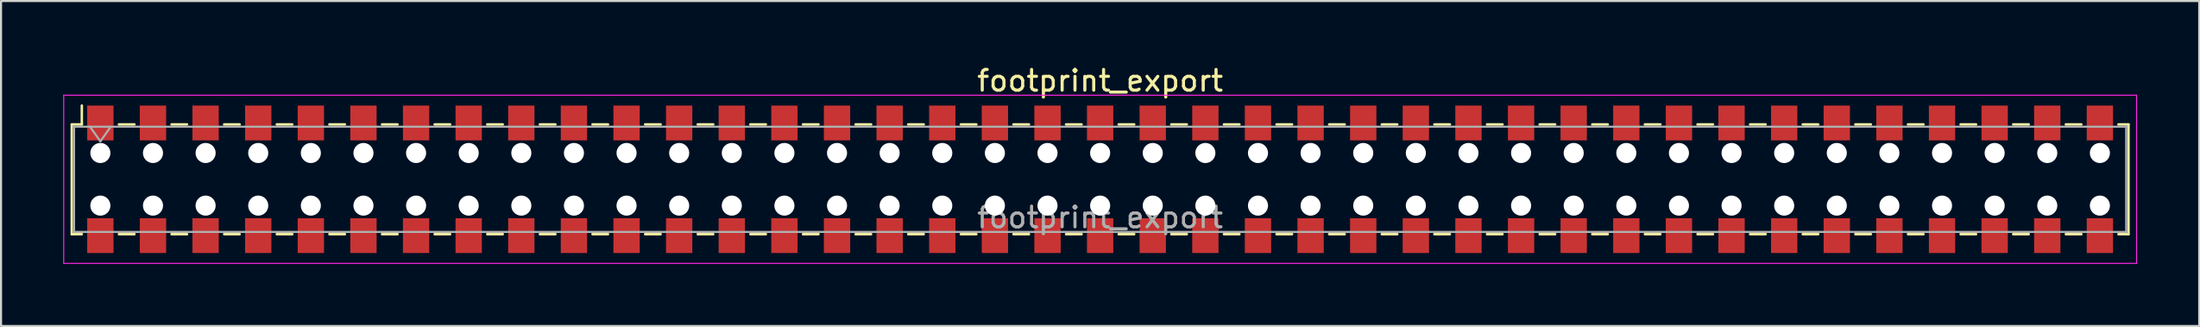
<source format=kicad_pcb>
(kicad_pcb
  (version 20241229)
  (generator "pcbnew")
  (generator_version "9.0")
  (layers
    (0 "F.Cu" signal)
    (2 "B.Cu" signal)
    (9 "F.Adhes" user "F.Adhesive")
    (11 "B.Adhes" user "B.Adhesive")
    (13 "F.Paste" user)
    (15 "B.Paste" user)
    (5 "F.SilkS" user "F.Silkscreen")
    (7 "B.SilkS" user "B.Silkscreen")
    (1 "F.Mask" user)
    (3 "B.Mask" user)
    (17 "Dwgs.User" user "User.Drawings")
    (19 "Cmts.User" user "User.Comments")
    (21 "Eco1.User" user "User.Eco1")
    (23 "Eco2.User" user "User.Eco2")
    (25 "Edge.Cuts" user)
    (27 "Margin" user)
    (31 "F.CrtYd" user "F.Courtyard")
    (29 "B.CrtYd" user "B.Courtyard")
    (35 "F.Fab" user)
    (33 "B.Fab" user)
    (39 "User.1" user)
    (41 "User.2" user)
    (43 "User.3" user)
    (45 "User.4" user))
  (footprint "footprint_export"
    (layer "F.Cu")
    (at 50.055 5.608)
    (property "Reference" "footprint_export" (at 0 -4.76 0) (layer "F.SilkS") (effects (font (size 1 1) (thickness 0.15))))
    (attr smd)
    (fp_line (start -49.64 -2.65) (end -49.64 2.65) (stroke (width 0.12) (type solid)) (layer "F.SilkS"))
    (fp_line (start -49.64 2.65) (end -49.155 2.65) (stroke (width 0.12) (type solid)) (layer "F.SilkS"))
    (fp_line (start -49.155 -3.56) (end -49.155 -2.65) (stroke (width 0.12) (type solid)) (layer "F.SilkS"))
    (fp_line (start -49.155 -2.65) (end -49.64 -2.65) (stroke (width 0.12) (type solid)) (layer "F.SilkS"))
    (fp_line (start -47.365 -2.65) (end -46.615 -2.65) (stroke (width 0.12) (type solid)) (layer "F.SilkS"))
    (fp_line (start -47.365 2.65) (end -46.615 2.65) (stroke (width 0.12) (type solid)) (layer "F.SilkS"))
    (fp_line (start -44.825 -2.65) (end -44.075 -2.65) (stroke (width 0.12) (type solid)) (layer "F.SilkS"))
    (fp_line (start -44.825 2.65) (end -44.075 2.65) (stroke (width 0.12) (type solid)) (layer "F.SilkS"))
    (fp_line (start -42.285 -2.65) (end -41.535 -2.65) (stroke (width 0.12) (type solid)) (layer "F.SilkS"))
    (fp_line (start -42.285 2.65) (end -41.535 2.65) (stroke (width 0.12) (type solid)) (layer "F.SilkS"))
    (fp_line (start -39.745 -2.65) (end -38.995 -2.65) (stroke (width 0.12) (type solid)) (layer "F.SilkS"))
    (fp_line (start -39.745 2.65) (end -38.995 2.65) (stroke (width 0.12) (type solid)) (layer "F.SilkS"))
    (fp_line (start -37.205 -2.65) (end -36.455 -2.65) (stroke (width 0.12) (type solid)) (layer "F.SilkS"))
    (fp_line (start -37.205 2.65) (end -36.455 2.65) (stroke (width 0.12) (type solid)) (layer "F.SilkS"))
    (fp_line (start -34.665 -2.65) (end -33.915 -2.65) (stroke (width 0.12) (type solid)) (layer "F.SilkS"))
    (fp_line (start -34.665 2.65) (end -33.915 2.65) (stroke (width 0.12) (type solid)) (layer "F.SilkS"))
    (fp_line (start -32.125 -2.65) (end -31.375 -2.65) (stroke (width 0.12) (type solid)) (layer "F.SilkS"))
    (fp_line (start -32.125 2.65) (end -31.375 2.65) (stroke (width 0.12) (type solid)) (layer "F.SilkS"))
    (fp_line (start -29.585 -2.65) (end -28.835 -2.65) (stroke (width 0.12) (type solid)) (layer "F.SilkS"))
    (fp_line (start -29.585 2.65) (end -28.835 2.65) (stroke (width 0.12) (type solid)) (layer "F.SilkS"))
    (fp_line (start -27.045 -2.65) (end -26.295 -2.65) (stroke (width 0.12) (type solid)) (layer "F.SilkS"))
    (fp_line (start -27.045 2.65) (end -26.295 2.65) (stroke (width 0.12) (type solid)) (layer "F.SilkS"))
    (fp_line (start -24.505 -2.65) (end -23.755 -2.65) (stroke (width 0.12) (type solid)) (layer "F.SilkS"))
    (fp_line (start -24.505 2.65) (end -23.755 2.65) (stroke (width 0.12) (type solid)) (layer "F.SilkS"))
    (fp_line (start -21.965 -2.65) (end -21.215 -2.65) (stroke (width 0.12) (type solid)) (layer "F.SilkS"))
    (fp_line (start -21.965 2.65) (end -21.215 2.65) (stroke (width 0.12) (type solid)) (layer "F.SilkS"))
    (fp_line (start -19.425 -2.65) (end -18.675 -2.65) (stroke (width 0.12) (type solid)) (layer "F.SilkS"))
    (fp_line (start -19.425 2.65) (end -18.675 2.65) (stroke (width 0.12) (type solid)) (layer "F.SilkS"))
    (fp_line (start -16.885 -2.65) (end -16.135 -2.65) (stroke (width 0.12) (type solid)) (layer "F.SilkS"))
    (fp_line (start -16.885 2.65) (end -16.135 2.65) (stroke (width 0.12) (type solid)) (layer "F.SilkS"))
    (fp_line (start -14.345 -2.65) (end -13.595 -2.65) (stroke (width 0.12) (type solid)) (layer "F.SilkS"))
    (fp_line (start -14.345 2.65) (end -13.595 2.65) (stroke (width 0.12) (type solid)) (layer "F.SilkS"))
    (fp_line (start -11.805 -2.65) (end -11.055 -2.65) (stroke (width 0.12) (type solid)) (layer "F.SilkS"))
    (fp_line (start -11.805 2.65) (end -11.055 2.65) (stroke (width 0.12) (type solid)) (layer "F.SilkS"))
    (fp_line (start -9.265 -2.65) (end -8.515 -2.65) (stroke (width 0.12) (type solid)) (layer "F.SilkS"))
    (fp_line (start -9.265 2.65) (end -8.515 2.65) (stroke (width 0.12) (type solid)) (layer "F.SilkS"))
    (fp_line (start -6.725 -2.65) (end -5.975 -2.65) (stroke (width 0.12) (type solid)) (layer "F.SilkS"))
    (fp_line (start -6.725 2.65) (end -5.975 2.65) (stroke (width 0.12) (type solid)) (layer "F.SilkS"))
    (fp_line (start -4.185 -2.65) (end -3.435 -2.65) (stroke (width 0.12) (type solid)) (layer "F.SilkS"))
    (fp_line (start -4.185 2.65) (end -3.435 2.65) (stroke (width 0.12) (type solid)) (layer "F.SilkS"))
    (fp_line (start -1.645 -2.65) (end -0.895 -2.65) (stroke (width 0.12) (type solid)) (layer "F.SilkS"))
    (fp_line (start -1.645 2.65) (end -0.895 2.65) (stroke (width 0.12) (type solid)) (layer "F.SilkS"))
    (fp_line (start 0.895 -2.65) (end 1.645 -2.65) (stroke (width 0.12) (type solid)) (layer "F.SilkS"))
    (fp_line (start 0.895 2.65) (end 1.645 2.65) (stroke (width 0.12) (type solid)) (layer "F.SilkS"))
    (fp_line (start 3.435 -2.65) (end 4.185 -2.65) (stroke (width 0.12) (type solid)) (layer "F.SilkS"))
    (fp_line (start 3.435 2.65) (end 4.185 2.65) (stroke (width 0.12) (type solid)) (layer "F.SilkS"))
    (fp_line (start 5.975 -2.65) (end 6.725 -2.65) (stroke (width 0.12) (type solid)) (layer "F.SilkS"))
    (fp_line (start 5.975 2.65) (end 6.725 2.65) (stroke (width 0.12) (type solid)) (layer "F.SilkS"))
    (fp_line (start 8.515 -2.65) (end 9.265 -2.65) (stroke (width 0.12) (type solid)) (layer "F.SilkS"))
    (fp_line (start 8.515 2.65) (end 9.265 2.65) (stroke (width 0.12) (type solid)) (layer "F.SilkS"))
    (fp_line (start 11.055 -2.65) (end 11.805 -2.65) (stroke (width 0.12) (type solid)) (layer "F.SilkS"))
    (fp_line (start 11.055 2.65) (end 11.805 2.65) (stroke (width 0.12) (type solid)) (layer "F.SilkS"))
    (fp_line (start 13.595 -2.65) (end 14.345 -2.65) (stroke (width 0.12) (type solid)) (layer "F.SilkS"))
    (fp_line (start 13.595 2.65) (end 14.345 2.65) (stroke (width 0.12) (type solid)) (layer "F.SilkS"))
    (fp_line (start 16.135 -2.65) (end 16.885 -2.65) (stroke (width 0.12) (type solid)) (layer "F.SilkS"))
    (fp_line (start 16.135 2.65) (end 16.885 2.65) (stroke (width 0.12) (type solid)) (layer "F.SilkS"))
    (fp_line (start 18.675 -2.65) (end 19.425 -2.65) (stroke (width 0.12) (type solid)) (layer "F.SilkS"))
    (fp_line (start 18.675 2.65) (end 19.425 2.65) (stroke (width 0.12) (type solid)) (layer "F.SilkS"))
    (fp_line (start 21.215 -2.65) (end 21.965 -2.65) (stroke (width 0.12) (type solid)) (layer "F.SilkS"))
    (fp_line (start 21.215 2.65) (end 21.965 2.65) (stroke (width 0.12) (type solid)) (layer "F.SilkS"))
    (fp_line (start 23.755 -2.65) (end 24.505 -2.65) (stroke (width 0.12) (type solid)) (layer "F.SilkS"))
    (fp_line (start 23.755 2.65) (end 24.505 2.65) (stroke (width 0.12) (type solid)) (layer "F.SilkS"))
    (fp_line (start 26.295 -2.65) (end 27.045 -2.65) (stroke (width 0.12) (type solid)) (layer "F.SilkS"))
    (fp_line (start 26.295 2.65) (end 27.045 2.65) (stroke (width 0.12) (type solid)) (layer "F.SilkS"))
    (fp_line (start 28.835 -2.65) (end 29.585 -2.65) (stroke (width 0.12) (type solid)) (layer "F.SilkS"))
    (fp_line (start 28.835 2.65) (end 29.585 2.65) (stroke (width 0.12) (type solid)) (layer "F.SilkS"))
    (fp_line (start 31.375 -2.65) (end 32.125 -2.65) (stroke (width 0.12) (type solid)) (layer "F.SilkS"))
    (fp_line (start 31.375 2.65) (end 32.125 2.65) (stroke (width 0.12) (type solid)) (layer "F.SilkS"))
    (fp_line (start 33.915 -2.65) (end 34.665 -2.65) (stroke (width 0.12) (type solid)) (layer "F.SilkS"))
    (fp_line (start 33.915 2.65) (end 34.665 2.65) (stroke (width 0.12) (type solid)) (layer "F.SilkS"))
    (fp_line (start 36.455 -2.65) (end 37.205 -2.65) (stroke (width 0.12) (type solid)) (layer "F.SilkS"))
    (fp_line (start 36.455 2.65) (end 37.205 2.65) (stroke (width 0.12) (type solid)) (layer "F.SilkS"))
    (fp_line (start 38.995 -2.65) (end 39.745 -2.65) (stroke (width 0.12) (type solid)) (layer "F.SilkS"))
    (fp_line (start 38.995 2.65) (end 39.745 2.65) (stroke (width 0.12) (type solid)) (layer "F.SilkS"))
    (fp_line (start 41.535 -2.65) (end 42.285 -2.65) (stroke (width 0.12) (type solid)) (layer "F.SilkS"))
    (fp_line (start 41.535 2.65) (end 42.285 2.65) (stroke (width 0.12) (type solid)) (layer "F.SilkS"))
    (fp_line (start 44.075 -2.65) (end 44.825 -2.65) (stroke (width 0.12) (type solid)) (layer "F.SilkS"))
    (fp_line (start 44.075 2.65) (end 44.825 2.65) (stroke (width 0.12) (type solid)) (layer "F.SilkS"))
    (fp_line (start 46.615 -2.65) (end 47.365 -2.65) (stroke (width 0.12) (type solid)) (layer "F.SilkS"))
    (fp_line (start 46.615 2.65) (end 47.365 2.65) (stroke (width 0.12) (type solid)) (layer "F.SilkS"))
    (fp_line (start 49.155 -2.65) (end 49.64 -2.65) (stroke (width 0.12) (type solid)) (layer "F.SilkS"))
    (fp_line (start 49.64 -2.65) (end 49.64 2.65) (stroke (width 0.12) (type solid)) (layer "F.SilkS"))
    (fp_line (start 49.64 2.65) (end 49.155 2.65) (stroke (width 0.12) (type solid)) (layer "F.SilkS"))
    (fp_line (start -50.03 -4.06) (end 50.03 -4.06) (stroke (width 0.05) (type solid)) (layer "F.CrtYd"))
    (fp_line (start -50.03 4.06) (end -50.03 -4.06) (stroke (width 0.05) (type solid)) (layer "F.CrtYd"))
    (fp_line (start 50.03 -4.06) (end 50.03 4.06) (stroke (width 0.05) (type solid)) (layer "F.CrtYd"))
    (fp_line (start 50.03 4.06) (end -50.03 4.06) (stroke (width 0.05) (type solid)) (layer "F.CrtYd"))
    (fp_line (start -49.53 -2.54) (end 49.53 -2.54) (stroke (width 0.1) (type solid)) (layer "F.Fab"))
    (fp_line (start -49.53 2.54) (end -49.53 -2.54) (stroke (width 0.1) (type solid)) (layer "F.Fab"))
    (fp_line (start -48.76 -2.54) (end -48.26 -1.833) (stroke (width 0.1) (type solid)) (layer "F.Fab"))
    (fp_line (start -48.26 -1.833) (end -47.76 -2.54) (stroke (width 0.1) (type solid)) (layer "F.Fab"))
    (fp_line (start 49.53 -2.54) (end 49.53 2.54) (stroke (width 0.1) (type solid)) (layer "F.Fab"))
    (fp_line (start 49.53 2.54) (end -49.53 2.54) (stroke (width 0.1) (type solid)) (layer "F.Fab"))
    (fp_text user "${REFERENCE}" (at 0 1.84 0) (layer "F.Fab") (effects (font (size 1 1) (thickness 0.15))))
    (pad "" np_thru_hole circle (at -48.26 -1.27) (size 0.97 0.97) (drill 0.97) (layers "*.Cu" "*.Mask"))
    (pad "" np_thru_hole circle (at -48.26 1.27) (size 0.97 0.97) (drill 0.97) (layers "*.Cu" "*.Mask"))
    (pad "" np_thru_hole circle (at -45.72 -1.27) (size 0.97 0.97) (drill 0.97) (layers "*.Cu" "*.Mask"))
    (pad "" np_thru_hole circle (at -45.72 1.27) (size 0.97 0.97) (drill 0.97) (layers "*.Cu" "*.Mask"))
    (pad "" np_thru_hole circle (at -43.18 -1.27) (size 0.97 0.97) (drill 0.97) (layers "*.Cu" "*.Mask"))
    (pad "" np_thru_hole circle (at -43.18 1.27) (size 0.97 0.97) (drill 0.97) (layers "*.Cu" "*.Mask"))
    (pad "" np_thru_hole circle (at -40.64 -1.27) (size 0.97 0.97) (drill 0.97) (layers "*.Cu" "*.Mask"))
    (pad "" np_thru_hole circle (at -40.64 1.27) (size 0.97 0.97) (drill 0.97) (layers "*.Cu" "*.Mask"))
    (pad "" np_thru_hole circle (at -38.1 -1.27) (size 0.97 0.97) (drill 0.97) (layers "*.Cu" "*.Mask"))
    (pad "" np_thru_hole circle (at -38.1 1.27) (size 0.97 0.97) (drill 0.97) (layers "*.Cu" "*.Mask"))
    (pad "" np_thru_hole circle (at -35.56 -1.27) (size 0.97 0.97) (drill 0.97) (layers "*.Cu" "*.Mask"))
    (pad "" np_thru_hole circle (at -35.56 1.27) (size 0.97 0.97) (drill 0.97) (layers "*.Cu" "*.Mask"))
    (pad "" np_thru_hole circle (at -33.02 -1.27) (size 0.97 0.97) (drill 0.97) (layers "*.Cu" "*.Mask"))
    (pad "" np_thru_hole circle (at -33.02 1.27) (size 0.97 0.97) (drill 0.97) (layers "*.Cu" "*.Mask"))
    (pad "" np_thru_hole circle (at -30.48 -1.27) (size 0.97 0.97) (drill 0.97) (layers "*.Cu" "*.Mask"))
    (pad "" np_thru_hole circle (at -30.48 1.27) (size 0.97 0.97) (drill 0.97) (layers "*.Cu" "*.Mask"))
    (pad "" np_thru_hole circle (at -27.94 -1.27) (size 0.97 0.97) (drill 0.97) (layers "*.Cu" "*.Mask"))
    (pad "" np_thru_hole circle (at -27.94 1.27) (size 0.97 0.97) (drill 0.97) (layers "*.Cu" "*.Mask"))
    (pad "" np_thru_hole circle (at -25.4 -1.27) (size 0.97 0.97) (drill 0.97) (layers "*.Cu" "*.Mask"))
    (pad "" np_thru_hole circle (at -25.4 1.27) (size 0.97 0.97) (drill 0.97) (layers "*.Cu" "*.Mask"))
    (pad "" np_thru_hole circle (at -22.86 -1.27) (size 0.97 0.97) (drill 0.97) (layers "*.Cu" "*.Mask"))
    (pad "" np_thru_hole circle (at -22.86 1.27) (size 0.97 0.97) (drill 0.97) (layers "*.Cu" "*.Mask"))
    (pad "" np_thru_hole circle (at -20.32 -1.27) (size 0.97 0.97) (drill 0.97) (layers "*.Cu" "*.Mask"))
    (pad "" np_thru_hole circle (at -20.32 1.27) (size 0.97 0.97) (drill 0.97) (layers "*.Cu" "*.Mask"))
    (pad "" np_thru_hole circle (at -17.78 -1.27) (size 0.97 0.97) (drill 0.97) (layers "*.Cu" "*.Mask"))
    (pad "" np_thru_hole circle (at -17.78 1.27) (size 0.97 0.97) (drill 0.97) (layers "*.Cu" "*.Mask"))
    (pad "" np_thru_hole circle (at -15.24 -1.27) (size 0.97 0.97) (drill 0.97) (layers "*.Cu" "*.Mask"))
    (pad "" np_thru_hole circle (at -15.24 1.27) (size 0.97 0.97) (drill 0.97) (layers "*.Cu" "*.Mask"))
    (pad "" np_thru_hole circle (at -12.7 -1.27) (size 0.97 0.97) (drill 0.97) (layers "*.Cu" "*.Mask"))
    (pad "" np_thru_hole circle (at -12.7 1.27) (size 0.97 0.97) (drill 0.97) (layers "*.Cu" "*.Mask"))
    (pad "" np_thru_hole circle (at -10.16 -1.27) (size 0.97 0.97) (drill 0.97) (layers "*.Cu" "*.Mask"))
    (pad "" np_thru_hole circle (at -10.16 1.27) (size 0.97 0.97) (drill 0.97) (layers "*.Cu" "*.Mask"))
    (pad "" np_thru_hole circle (at -7.62 -1.27) (size 0.97 0.97) (drill 0.97) (layers "*.Cu" "*.Mask"))
    (pad "" np_thru_hole circle (at -7.62 1.27) (size 0.97 0.97) (drill 0.97) (layers "*.Cu" "*.Mask"))
    (pad "" np_thru_hole circle (at -5.08 -1.27) (size 0.97 0.97) (drill 0.97) (layers "*.Cu" "*.Mask"))
    (pad "" np_thru_hole circle (at -5.08 1.27) (size 0.97 0.97) (drill 0.97) (layers "*.Cu" "*.Mask"))
    (pad "" np_thru_hole circle (at -2.54 -1.27) (size 0.97 0.97) (drill 0.97) (layers "*.Cu" "*.Mask"))
    (pad "" np_thru_hole circle (at -2.54 1.27) (size 0.97 0.97) (drill 0.97) (layers "*.Cu" "*.Mask"))
    (pad "" np_thru_hole circle (at 0 -1.27) (size 0.97 0.97) (drill 0.97) (layers "*.Cu" "*.Mask"))
    (pad "" np_thru_hole circle (at 0 1.27) (size 0.97 0.97) (drill 0.97) (layers "*.Cu" "*.Mask"))
    (pad "" np_thru_hole circle (at 2.54 -1.27) (size 0.97 0.97) (drill 0.97) (layers "*.Cu" "*.Mask"))
    (pad "" np_thru_hole circle (at 2.54 1.27) (size 0.97 0.97) (drill 0.97) (layers "*.Cu" "*.Mask"))
    (pad "" np_thru_hole circle (at 5.08 -1.27) (size 0.97 0.97) (drill 0.97) (layers "*.Cu" "*.Mask"))
    (pad "" np_thru_hole circle (at 5.08 1.27) (size 0.97 0.97) (drill 0.97) (layers "*.Cu" "*.Mask"))
    (pad "" np_thru_hole circle (at 7.62 -1.27) (size 0.97 0.97) (drill 0.97) (layers "*.Cu" "*.Mask"))
    (pad "" np_thru_hole circle (at 7.62 1.27) (size 0.97 0.97) (drill 0.97) (layers "*.Cu" "*.Mask"))
    (pad "" np_thru_hole circle (at 10.16 -1.27) (size 0.97 0.97) (drill 0.97) (layers "*.Cu" "*.Mask"))
    (pad "" np_thru_hole circle (at 10.16 1.27) (size 0.97 0.97) (drill 0.97) (layers "*.Cu" "*.Mask"))
    (pad "" np_thru_hole circle (at 12.7 -1.27) (size 0.97 0.97) (drill 0.97) (layers "*.Cu" "*.Mask"))
    (pad "" np_thru_hole circle (at 12.7 1.27) (size 0.97 0.97) (drill 0.97) (layers "*.Cu" "*.Mask"))
    (pad "" np_thru_hole circle (at 15.24 -1.27) (size 0.97 0.97) (drill 0.97) (layers "*.Cu" "*.Mask"))
    (pad "" np_thru_hole circle (at 15.24 1.27) (size 0.97 0.97) (drill 0.97) (layers "*.Cu" "*.Mask"))
    (pad "" np_thru_hole circle (at 17.78 -1.27) (size 0.97 0.97) (drill 0.97) (layers "*.Cu" "*.Mask"))
    (pad "" np_thru_hole circle (at 17.78 1.27) (size 0.97 0.97) (drill 0.97) (layers "*.Cu" "*.Mask"))
    (pad "" np_thru_hole circle (at 20.32 -1.27) (size 0.97 0.97) (drill 0.97) (layers "*.Cu" "*.Mask"))
    (pad "" np_thru_hole circle (at 20.32 1.27) (size 0.97 0.97) (drill 0.97) (layers "*.Cu" "*.Mask"))
    (pad "" np_thru_hole circle (at 22.86 -1.27) (size 0.97 0.97) (drill 0.97) (layers "*.Cu" "*.Mask"))
    (pad "" np_thru_hole circle (at 22.86 1.27) (size 0.97 0.97) (drill 0.97) (layers "*.Cu" "*.Mask"))
    (pad "" np_thru_hole circle (at 25.4 -1.27) (size 0.97 0.97) (drill 0.97) (layers "*.Cu" "*.Mask"))
    (pad "" np_thru_hole circle (at 25.4 1.27) (size 0.97 0.97) (drill 0.97) (layers "*.Cu" "*.Mask"))
    (pad "" np_thru_hole circle (at 27.94 -1.27) (size 0.97 0.97) (drill 0.97) (layers "*.Cu" "*.Mask"))
    (pad "" np_thru_hole circle (at 27.94 1.27) (size 0.97 0.97) (drill 0.97) (layers "*.Cu" "*.Mask"))
    (pad "" np_thru_hole circle (at 30.48 -1.27) (size 0.97 0.97) (drill 0.97) (layers "*.Cu" "*.Mask"))
    (pad "" np_thru_hole circle (at 30.48 1.27) (size 0.97 0.97) (drill 0.97) (layers "*.Cu" "*.Mask"))
    (pad "" np_thru_hole circle (at 33.02 -1.27) (size 0.97 0.97) (drill 0.97) (layers "*.Cu" "*.Mask"))
    (pad "" np_thru_hole circle (at 33.02 1.27) (size 0.97 0.97) (drill 0.97) (layers "*.Cu" "*.Mask"))
    (pad "" np_thru_hole circle (at 35.56 -1.27) (size 0.97 0.97) (drill 0.97) (layers "*.Cu" "*.Mask"))
    (pad "" np_thru_hole circle (at 35.56 1.27) (size 0.97 0.97) (drill 0.97) (layers "*.Cu" "*.Mask"))
    (pad "" np_thru_hole circle (at 38.1 -1.27) (size 0.97 0.97) (drill 0.97) (layers "*.Cu" "*.Mask"))
    (pad "" np_thru_hole circle (at 38.1 1.27) (size 0.97 0.97) (drill 0.97) (layers "*.Cu" "*.Mask"))
    (pad "" np_thru_hole circle (at 40.64 -1.27) (size 0.97 0.97) (drill 0.97) (layers "*.Cu" "*.Mask"))
    (pad "" np_thru_hole circle (at 40.64 1.27) (size 0.97 0.97) (drill 0.97) (layers "*.Cu" "*.Mask"))
    (pad "" np_thru_hole circle (at 43.18 -1.27) (size 0.97 0.97) (drill 0.97) (layers "*.Cu" "*.Mask"))
    (pad "" np_thru_hole circle (at 43.18 1.27) (size 0.97 0.97) (drill 0.97) (layers "*.Cu" "*.Mask"))
    (pad "" np_thru_hole circle (at 45.72 -1.27) (size 0.97 0.97) (drill 0.97) (layers "*.Cu" "*.Mask"))
    (pad "" np_thru_hole circle (at 45.72 1.27) (size 0.97 0.97) (drill 0.97) (layers "*.Cu" "*.Mask"))
    (pad "" np_thru_hole circle (at 48.26 -1.27) (size 0.97 0.97) (drill 0.97) (layers "*.Cu" "*.Mask"))
    (pad "" np_thru_hole circle (at 48.26 1.27) (size 0.97 0.97) (drill 0.97) (layers "*.Cu" "*.Mask"))
    (pad "1" smd rect (at -48.26 -2.72) (size 1.27 1.68) (layers "F.Cu" "F.Mask" "F.Paste"))
    (pad "2" smd rect (at -48.26 2.72) (size 1.27 1.68) (layers "F.Cu" "F.Mask" "F.Paste"))
    (pad "3" smd rect (at -45.72 -2.72) (size 1.27 1.68) (layers "F.Cu" "F.Mask" "F.Paste"))
    (pad "4" smd rect (at -45.72 2.72) (size 1.27 1.68) (layers "F.Cu" "F.Mask" "F.Paste"))
    (pad "5" smd rect (at -43.18 -2.72) (size 1.27 1.68) (layers "F.Cu" "F.Mask" "F.Paste"))
    (pad "6" smd rect (at -43.18 2.72) (size 1.27 1.68) (layers "F.Cu" "F.Mask" "F.Paste"))
    (pad "7" smd rect (at -40.64 -2.72) (size 1.27 1.68) (layers "F.Cu" "F.Mask" "F.Paste"))
    (pad "8" smd rect (at -40.64 2.72) (size 1.27 1.68) (layers "F.Cu" "F.Mask" "F.Paste"))
    (pad "9" smd rect (at -38.1 -2.72) (size 1.27 1.68) (layers "F.Cu" "F.Mask" "F.Paste"))
    (pad "10" smd rect (at -38.1 2.72) (size 1.27 1.68) (layers "F.Cu" "F.Mask" "F.Paste"))
    (pad "11" smd rect (at -35.56 -2.72) (size 1.27 1.68) (layers "F.Cu" "F.Mask" "F.Paste"))
    (pad "12" smd rect (at -35.56 2.72) (size 1.27 1.68) (layers "F.Cu" "F.Mask" "F.Paste"))
    (pad "13" smd rect (at -33.02 -2.72) (size 1.27 1.68) (layers "F.Cu" "F.Mask" "F.Paste"))
    (pad "14" smd rect (at -33.02 2.72) (size 1.27 1.68) (layers "F.Cu" "F.Mask" "F.Paste"))
    (pad "15" smd rect (at -30.48 -2.72) (size 1.27 1.68) (layers "F.Cu" "F.Mask" "F.Paste"))
    (pad "16" smd rect (at -30.48 2.72) (size 1.27 1.68) (layers "F.Cu" "F.Mask" "F.Paste"))
    (pad "17" smd rect (at -27.94 -2.72) (size 1.27 1.68) (layers "F.Cu" "F.Mask" "F.Paste"))
    (pad "18" smd rect (at -27.94 2.72) (size 1.27 1.68) (layers "F.Cu" "F.Mask" "F.Paste"))
    (pad "19" smd rect (at -25.4 -2.72) (size 1.27 1.68) (layers "F.Cu" "F.Mask" "F.Paste"))
    (pad "20" smd rect (at -25.4 2.72) (size 1.27 1.68) (layers "F.Cu" "F.Mask" "F.Paste"))
    (pad "21" smd rect (at -22.86 -2.72) (size 1.27 1.68) (layers "F.Cu" "F.Mask" "F.Paste"))
    (pad "22" smd rect (at -22.86 2.72) (size 1.27 1.68) (layers "F.Cu" "F.Mask" "F.Paste"))
    (pad "23" smd rect (at -20.32 -2.72) (size 1.27 1.68) (layers "F.Cu" "F.Mask" "F.Paste"))
    (pad "24" smd rect (at -20.32 2.72) (size 1.27 1.68) (layers "F.Cu" "F.Mask" "F.Paste"))
    (pad "25" smd rect (at -17.78 -2.72) (size 1.27 1.68) (layers "F.Cu" "F.Mask" "F.Paste"))
    (pad "26" smd rect (at -17.78 2.72) (size 1.27 1.68) (layers "F.Cu" "F.Mask" "F.Paste"))
    (pad "27" smd rect (at -15.24 -2.72) (size 1.27 1.68) (layers "F.Cu" "F.Mask" "F.Paste"))
    (pad "28" smd rect (at -15.24 2.72) (size 1.27 1.68) (layers "F.Cu" "F.Mask" "F.Paste"))
    (pad "29" smd rect (at -12.7 -2.72) (size 1.27 1.68) (layers "F.Cu" "F.Mask" "F.Paste"))
    (pad "30" smd rect (at -12.7 2.72) (size 1.27 1.68) (layers "F.Cu" "F.Mask" "F.Paste"))
    (pad "31" smd rect (at -10.16 -2.72) (size 1.27 1.68) (layers "F.Cu" "F.Mask" "F.Paste"))
    (pad "32" smd rect (at -10.16 2.72) (size 1.27 1.68) (layers "F.Cu" "F.Mask" "F.Paste"))
    (pad "33" smd rect (at -7.62 -2.72) (size 1.27 1.68) (layers "F.Cu" "F.Mask" "F.Paste"))
    (pad "34" smd rect (at -7.62 2.72) (size 1.27 1.68) (layers "F.Cu" "F.Mask" "F.Paste"))
    (pad "35" smd rect (at -5.08 -2.72) (size 1.27 1.68) (layers "F.Cu" "F.Mask" "F.Paste"))
    (pad "36" smd rect (at -5.08 2.72) (size 1.27 1.68) (layers "F.Cu" "F.Mask" "F.Paste"))
    (pad "37" smd rect (at -2.54 -2.72) (size 1.27 1.68) (layers "F.Cu" "F.Mask" "F.Paste"))
    (pad "38" smd rect (at -2.54 2.72) (size 1.27 1.68) (layers "F.Cu" "F.Mask" "F.Paste"))
    (pad "39" smd rect (at 0 -2.72) (size 1.27 1.68) (layers "F.Cu" "F.Mask" "F.Paste"))
    (pad "40" smd rect (at 0 2.72) (size 1.27 1.68) (layers "F.Cu" "F.Mask" "F.Paste"))
    (pad "41" smd rect (at 2.54 -2.72) (size 1.27 1.68) (layers "F.Cu" "F.Mask" "F.Paste"))
    (pad "42" smd rect (at 2.54 2.72) (size 1.27 1.68) (layers "F.Cu" "F.Mask" "F.Paste"))
    (pad "43" smd rect (at 5.08 -2.72) (size 1.27 1.68) (layers "F.Cu" "F.Mask" "F.Paste"))
    (pad "44" smd rect (at 5.08 2.72) (size 1.27 1.68) (layers "F.Cu" "F.Mask" "F.Paste"))
    (pad "45" smd rect (at 7.62 -2.72) (size 1.27 1.68) (layers "F.Cu" "F.Mask" "F.Paste"))
    (pad "46" smd rect (at 7.62 2.72) (size 1.27 1.68) (layers "F.Cu" "F.Mask" "F.Paste"))
    (pad "47" smd rect (at 10.16 -2.72) (size 1.27 1.68) (layers "F.Cu" "F.Mask" "F.Paste"))
    (pad "48" smd rect (at 10.16 2.72) (size 1.27 1.68) (layers "F.Cu" "F.Mask" "F.Paste"))
    (pad "49" smd rect (at 12.7 -2.72) (size 1.27 1.68) (layers "F.Cu" "F.Mask" "F.Paste"))
    (pad "50" smd rect (at 12.7 2.72) (size 1.27 1.68) (layers "F.Cu" "F.Mask" "F.Paste"))
    (pad "51" smd rect (at 15.24 -2.72) (size 1.27 1.68) (layers "F.Cu" "F.Mask" "F.Paste"))
    (pad "52" smd rect (at 15.24 2.72) (size 1.27 1.68) (layers "F.Cu" "F.Mask" "F.Paste"))
    (pad "53" smd rect (at 17.78 -2.72) (size 1.27 1.68) (layers "F.Cu" "F.Mask" "F.Paste"))
    (pad "54" smd rect (at 17.78 2.72) (size 1.27 1.68) (layers "F.Cu" "F.Mask" "F.Paste"))
    (pad "55" smd rect (at 20.32 -2.72) (size 1.27 1.68) (layers "F.Cu" "F.Mask" "F.Paste"))
    (pad "56" smd rect (at 20.32 2.72) (size 1.27 1.68) (layers "F.Cu" "F.Mask" "F.Paste"))
    (pad "57" smd rect (at 22.86 -2.72) (size 1.27 1.68) (layers "F.Cu" "F.Mask" "F.Paste"))
    (pad "58" smd rect (at 22.86 2.72) (size 1.27 1.68) (layers "F.Cu" "F.Mask" "F.Paste"))
    (pad "59" smd rect (at 25.4 -2.72) (size 1.27 1.68) (layers "F.Cu" "F.Mask" "F.Paste"))
    (pad "60" smd rect (at 25.4 2.72) (size 1.27 1.68) (layers "F.Cu" "F.Mask" "F.Paste"))
    (pad "61" smd rect (at 27.94 -2.72) (size 1.27 1.68) (layers "F.Cu" "F.Mask" "F.Paste"))
    (pad "62" smd rect (at 27.94 2.72) (size 1.27 1.68) (layers "F.Cu" "F.Mask" "F.Paste"))
    (pad "63" smd rect (at 30.48 -2.72) (size 1.27 1.68) (layers "F.Cu" "F.Mask" "F.Paste"))
    (pad "64" smd rect (at 30.48 2.72) (size 1.27 1.68) (layers "F.Cu" "F.Mask" "F.Paste"))
    (pad "65" smd rect (at 33.02 -2.72) (size 1.27 1.68) (layers "F.Cu" "F.Mask" "F.Paste"))
    (pad "66" smd rect (at 33.02 2.72) (size 1.27 1.68) (layers "F.Cu" "F.Mask" "F.Paste"))
    (pad "67" smd rect (at 35.56 -2.72) (size 1.27 1.68) (layers "F.Cu" "F.Mask" "F.Paste"))
    (pad "68" smd rect (at 35.56 2.72) (size 1.27 1.68) (layers "F.Cu" "F.Mask" "F.Paste"))
    (pad "69" smd rect (at 38.1 -2.72) (size 1.27 1.68) (layers "F.Cu" "F.Mask" "F.Paste"))
    (pad "70" smd rect (at 38.1 2.72) (size 1.27 1.68) (layers "F.Cu" "F.Mask" "F.Paste"))
    (pad "71" smd rect (at 40.64 -2.72) (size 1.27 1.68) (layers "F.Cu" "F.Mask" "F.Paste"))
    (pad "72" smd rect (at 40.64 2.72) (size 1.27 1.68) (layers "F.Cu" "F.Mask" "F.Paste"))
    (pad "73" smd rect (at 43.18 -2.72) (size 1.27 1.68) (layers "F.Cu" "F.Mask" "F.Paste"))
    (pad "74" smd rect (at 43.18 2.72) (size 1.27 1.68) (layers "F.Cu" "F.Mask" "F.Paste"))
    (pad "75" smd rect (at 45.72 -2.72) (size 1.27 1.68) (layers "F.Cu" "F.Mask" "F.Paste"))
    (pad "76" smd rect (at 45.72 2.72) (size 1.27 1.68) (layers "F.Cu" "F.Mask" "F.Paste"))
    (pad "77" smd rect (at 48.26 -2.72) (size 1.27 1.68) (layers "F.Cu" "F.Mask" "F.Paste"))
    (pad "78" smd rect (at 48.26 2.72) (size 1.27 1.68) (layers "F.Cu" "F.Mask" "F.Paste")))
  (gr_rect
    (start -3 -3)
    (end 103.11 12.693)
    (stroke (width 0.1) (type default))
    (fill no)
    (layer "Edge.Cuts")))
</source>
